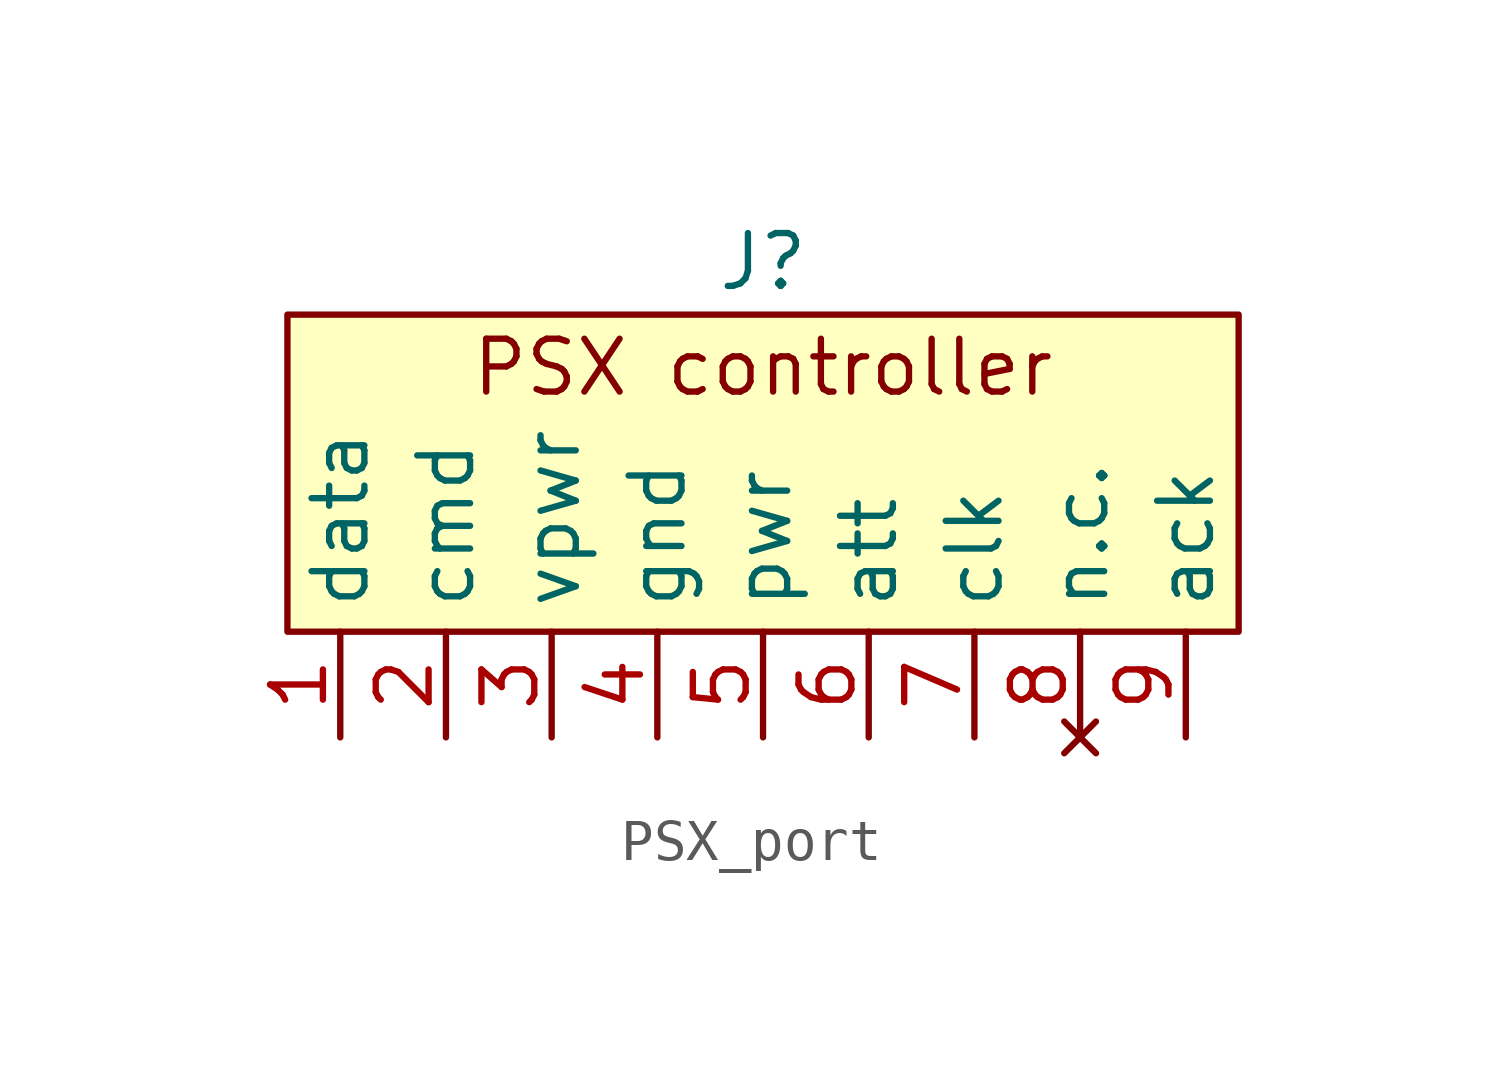
<source format=kicad_sym>
(kicad_symbol_lib
  (version 20220914)
  (generator kicad_symbol_editor)
  (symbol "PSX_port"
    (property "Reference" "J"
      (at 0 8.89 0)
      (effects (font (size 1.27 1.27))))
    (property "Value" ""
      (at 0 0 0)
      (effects (font (size 1.27 1.27))))
    (symbol "PSX_port_1_1"
      (rectangle (start -11.43 7.62) (end 11.43 0) (stroke (width 0) (type default)) (fill (type background)))
      (text "PSX controller" (at 0 6.35 0) (effects (font (size 1.27 1.27))))
      (pin open_collector line (at -10.16 -2.54 90) (length 2.54) (name "data" (effects (font (size 1.27 1.27)))) (number "1" (effects (font (size 1.27 1.27)))))
      (pin output line (at -7.62 -2.54 90) (length 2.54) (name "cmd" (effects (font (size 1.27 1.27)))) (number "2" (effects (font (size 1.27 1.27)))))
      (pin power_in line (at -5.08 -2.54 90) (length 2.54) (name "vpwr" (effects (font (size 1.27 1.27)))) (number "3" (effects (font (size 1.27 1.27)))))
      (pin power_in line (at -2.54 -2.54 90) (length 2.54) (name "gnd" (effects (font (size 1.27 1.27)))) (number "4" (effects (font (size 1.27 1.27)))))
      (pin power_in line (at 0 -2.54 90) (length 2.54) (name "pwr" (effects (font (size 1.27 1.27)))) (number "5" (effects (font (size 1.27 1.27)))))
      (pin input line (at 2.54 -2.54 90) (length 2.54) (name "att" (effects (font (size 1.27 1.27)))) (number "6" (effects (font (size 1.27 1.27)))))
      (pin input line (at 5.08 -2.54 90) (length 2.54) (name "clk" (effects (font (size 1.27 1.27)))) (number "7" (effects (font (size 1.27 1.27)))))
      (pin no_connect line (at 7.62 -2.54 90) (length 2.54) (name "n.c." (effects (font (size 1.27 1.27)))) (number "8" (effects (font (size 1.27 1.27)))))
      (pin open_collector line (at 10.16 -2.54 90) (length 2.54) (name "ack" (effects (font (size 1.27 1.27)))) (number "9" (effects (font (size 1.27 1.27))))))))
</source>
